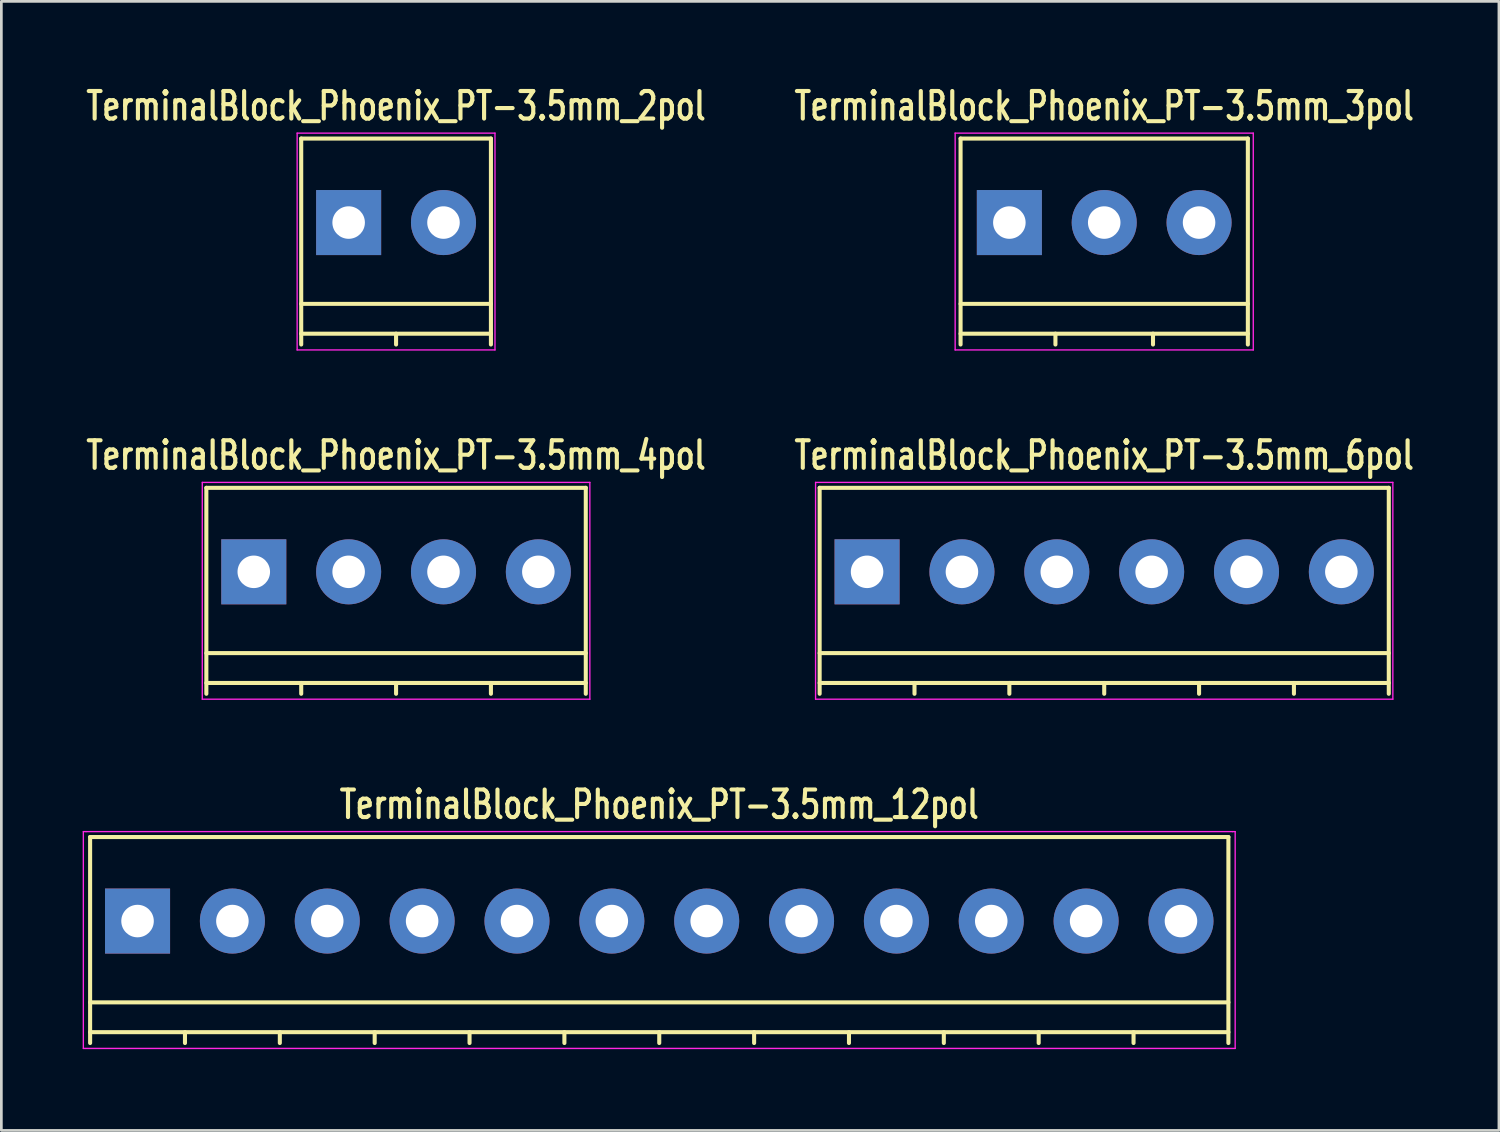
<source format=kicad_pcb>
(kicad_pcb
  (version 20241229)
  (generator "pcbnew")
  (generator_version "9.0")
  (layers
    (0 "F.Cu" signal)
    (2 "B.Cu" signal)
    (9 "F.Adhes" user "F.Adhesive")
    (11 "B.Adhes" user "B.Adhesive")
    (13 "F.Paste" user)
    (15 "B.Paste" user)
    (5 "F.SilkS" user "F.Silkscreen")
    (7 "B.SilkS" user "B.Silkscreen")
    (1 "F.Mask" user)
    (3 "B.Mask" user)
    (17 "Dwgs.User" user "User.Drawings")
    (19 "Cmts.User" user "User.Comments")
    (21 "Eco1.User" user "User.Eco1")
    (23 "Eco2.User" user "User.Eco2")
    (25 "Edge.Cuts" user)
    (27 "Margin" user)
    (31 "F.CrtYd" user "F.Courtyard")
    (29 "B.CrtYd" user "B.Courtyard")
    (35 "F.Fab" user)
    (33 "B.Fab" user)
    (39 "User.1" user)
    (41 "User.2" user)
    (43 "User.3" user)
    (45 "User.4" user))
  (footprint "TerminalBlock_Phoenix_PT-3.5mm_4pol"
    (layer "F.Cu")
    (at 6.314 18.049)
    (property "Reference" "TerminalBlock_Phoenix_PT-3.5mm_4pol" (at 5.25 -4.3 0) (layer "F.SilkS") (effects (font (size 1.016 0.762) (thickness 0.152))))
    (attr through_hole)
    (fp_line (start -1.75 -3.1) (end -1.75 4.5) (stroke (width 0.15) (type solid)) (layer "F.SilkS"))
    (fp_line (start -1.75 3) (end 12.25 3) (stroke (width 0.15) (type solid)) (layer "F.SilkS"))
    (fp_line (start -1.75 4.1) (end 12.25 4.1) (stroke (width 0.15) (type solid)) (layer "F.SilkS"))
    (fp_line (start 1.75 4.1) (end 1.75 4.5) (stroke (width 0.15) (type solid)) (layer "F.SilkS"))
    (fp_line (start 5.25 4.1) (end 5.25 4.5) (stroke (width 0.15) (type solid)) (layer "F.SilkS"))
    (fp_line (start 8.75 4.1) (end 8.75 4.5) (stroke (width 0.15) (type solid)) (layer "F.SilkS"))
    (fp_line (start 12.25 -3.1) (end -1.75 -3.1) (stroke (width 0.15) (type solid)) (layer "F.SilkS"))
    (fp_line (start 12.25 4.5) (end 12.25 -3.1) (stroke (width 0.15) (type solid)) (layer "F.SilkS"))
    (fp_line (start -1.9 -3.3) (end 12.4 -3.3) (stroke (width 0.05) (type solid)) (layer "F.CrtYd"))
    (fp_line (start -1.9 4.7) (end -1.9 -3.3) (stroke (width 0.05) (type solid)) (layer "F.CrtYd"))
    (fp_line (start 12.4 -3.3) (end 12.4 4.7) (stroke (width 0.05) (type solid)) (layer "F.CrtYd"))
    (fp_line (start 12.4 4.7) (end -1.9 4.7) (stroke (width 0.05) (type solid)) (layer "F.CrtYd"))
    (pad "1" thru_hole rect (at 0 0) (size 2.4 2.4) (drill 1.2) (layers "*.Cu" "*.Mask"))
    (pad "2" thru_hole circle (at 3.5 0) (size 2.4 2.4) (drill 1.2) (layers "*.Cu" "*.Mask"))
    (pad "3" thru_hole circle (at 7 0) (size 2.4 2.4) (drill 1.2) (layers "*.Cu" "*.Mask"))
    (pad "4" thru_hole circle (at 10.5 0) (size 2.4 2.4) (drill 1.2) (layers "*.Cu" "*.Mask")))
  (footprint "TerminalBlock_Phoenix_PT-3.5mm_6pol"
    (layer "F.Cu")
    (at 28.943 18.049)
    (property "Reference" "TerminalBlock_Phoenix_PT-3.5mm_6pol" (at 8.75 -4.3 0) (layer "F.SilkS") (effects (font (size 1.016 0.762) (thickness 0.152))))
    (attr through_hole)
    (fp_line (start -1.75 -3.1) (end -1.75 4.5) (stroke (width 0.15) (type solid)) (layer "F.SilkS"))
    (fp_line (start -1.75 3) (end 19.25 3) (stroke (width 0.15) (type solid)) (layer "F.SilkS"))
    (fp_line (start -1.75 4.1) (end 19.25 4.1) (stroke (width 0.15) (type solid)) (layer "F.SilkS"))
    (fp_line (start 1.75 4.1) (end 1.75 4.5) (stroke (width 0.15) (type solid)) (layer "F.SilkS"))
    (fp_line (start 5.25 4.1) (end 5.25 4.5) (stroke (width 0.15) (type solid)) (layer "F.SilkS"))
    (fp_line (start 8.75 4.1) (end 8.75 4.5) (stroke (width 0.15) (type solid)) (layer "F.SilkS"))
    (fp_line (start 12.25 4.1) (end 12.25 4.5) (stroke (width 0.15) (type solid)) (layer "F.SilkS"))
    (fp_line (start 15.75 4.1) (end 15.75 4.5) (stroke (width 0.15) (type solid)) (layer "F.SilkS"))
    (fp_line (start 19.25 -3.1) (end -1.75 -3.1) (stroke (width 0.15) (type solid)) (layer "F.SilkS"))
    (fp_line (start 19.25 4.5) (end 19.25 -3.1) (stroke (width 0.15) (type solid)) (layer "F.SilkS"))
    (fp_line (start -1.9 -3.3) (end 19.4 -3.3) (stroke (width 0.05) (type solid)) (layer "F.CrtYd"))
    (fp_line (start -1.9 4.7) (end -1.9 -3.3) (stroke (width 0.05) (type solid)) (layer "F.CrtYd"))
    (fp_line (start 19.4 -3.3) (end 19.4 4.7) (stroke (width 0.05) (type solid)) (layer "F.CrtYd"))
    (fp_line (start 19.4 4.7) (end -1.9 4.7) (stroke (width 0.05) (type solid)) (layer "F.CrtYd"))
    (pad "1" thru_hole rect (at 0 0) (size 2.4 2.4) (drill 1.2) (layers "*.Cu" "*.Mask"))
    (pad "2" thru_hole circle (at 3.5 0) (size 2.4 2.4) (drill 1.2) (layers "*.Cu" "*.Mask"))
    (pad "3" thru_hole circle (at 7 0) (size 2.4 2.4) (drill 1.2) (layers "*.Cu" "*.Mask"))
    (pad "4" thru_hole circle (at 10.5 0) (size 2.4 2.4) (drill 1.2) (layers "*.Cu" "*.Mask"))
    (pad "5" thru_hole circle (at 14 0) (size 2.4 2.4) (drill 1.2) (layers "*.Cu" "*.Mask"))
    (pad "6" thru_hole circle (at 17.5 0) (size 2.4 2.4) (drill 1.2) (layers "*.Cu" "*.Mask")))
  (footprint "TerminalBlock_Phoenix_PT-3.5mm_3pol"
    (layer "F.Cu")
    (at 34.193 5.162)
    (property "Reference" "TerminalBlock_Phoenix_PT-3.5mm_3pol" (at 3.5 -4.3 0) (layer "F.SilkS") (effects (font (size 1.016 0.762) (thickness 0.152))))
    (attr through_hole)
    (fp_line (start -1.8 -3.1) (end -1.8 4.5) (stroke (width 0.15) (type solid)) (layer "F.SilkS"))
    (fp_line (start -1.8 3) (end 8.8 3) (stroke (width 0.15) (type solid)) (layer "F.SilkS"))
    (fp_line (start -1.8 4.1) (end 8.8 4.1) (stroke (width 0.15) (type solid)) (layer "F.SilkS"))
    (fp_line (start 1.7 4.1) (end 1.7 4.5) (stroke (width 0.15) (type solid)) (layer "F.SilkS"))
    (fp_line (start 5.3 4.1) (end 5.3 4.5) (stroke (width 0.15) (type solid)) (layer "F.SilkS"))
    (fp_line (start 8.8 -3.1) (end -1.8 -3.1) (stroke (width 0.15) (type solid)) (layer "F.SilkS"))
    (fp_line (start 8.8 4.5) (end 8.8 -3.1) (stroke (width 0.15) (type solid)) (layer "F.SilkS"))
    (fp_line (start -2 -3.3) (end 9 -3.3) (stroke (width 0.05) (type solid)) (layer "F.CrtYd"))
    (fp_line (start -2 4.7) (end -2 -3.3) (stroke (width 0.05) (type solid)) (layer "F.CrtYd"))
    (fp_line (start 9 -3.3) (end 9 4.7) (stroke (width 0.05) (type solid)) (layer "F.CrtYd"))
    (fp_line (start 9 4.7) (end -2 4.7) (stroke (width 0.05) (type solid)) (layer "F.CrtYd"))
    (pad "1" thru_hole rect (at 0 0) (size 2.4 2.4) (drill 1.2) (layers "*.Cu" "*.Mask"))
    (pad "2" thru_hole circle (at 3.5 0) (size 2.4 2.4) (drill 1.2) (layers "*.Cu" "*.Mask"))
    (pad "3" thru_hole circle (at 7 0) (size 2.4 2.4) (drill 1.2) (layers "*.Cu" "*.Mask")))
  (footprint "TerminalBlock_Phoenix_PT-3.5mm_12pol"
    (layer "F.Cu")
    (at 2.025 30.935)
    (property "Reference" "TerminalBlock_Phoenix_PT-3.5mm_12pol" (at 19.25 -4.3 0) (layer "F.SilkS") (effects (font (size 1.016 0.762) (thickness 0.152))))
    (attr through_hole)
    (fp_line (start -1.75 -3.1) (end -1.75 4.5) (stroke (width 0.15) (type solid)) (layer "F.SilkS"))
    (fp_line (start -1.75 3) (end 40.25 3) (stroke (width 0.15) (type solid)) (layer "F.SilkS"))
    (fp_line (start -1.75 4.1) (end 40.25 4.1) (stroke (width 0.15) (type solid)) (layer "F.SilkS"))
    (fp_line (start 1.75 4.1) (end 1.75 4.5) (stroke (width 0.15) (type solid)) (layer "F.SilkS"))
    (fp_line (start 5.25 4.1) (end 5.25 4.5) (stroke (width 0.15) (type solid)) (layer "F.SilkS"))
    (fp_line (start 8.75 4.1) (end 8.75 4.5) (stroke (width 0.15) (type solid)) (layer "F.SilkS"))
    (fp_line (start 12.25 4.1) (end 12.25 4.5) (stroke (width 0.15) (type solid)) (layer "F.SilkS"))
    (fp_line (start 15.75 4.1) (end 15.75 4.5) (stroke (width 0.15) (type solid)) (layer "F.SilkS"))
    (fp_line (start 19.25 4.1) (end 19.25 4.5) (stroke (width 0.15) (type solid)) (layer "F.SilkS"))
    (fp_line (start 22.75 4.1) (end 22.75 4.5) (stroke (width 0.15) (type solid)) (layer "F.SilkS"))
    (fp_line (start 26.25 4.1) (end 26.25 4.5) (stroke (width 0.15) (type solid)) (layer "F.SilkS"))
    (fp_line (start 29.75 4.1) (end 29.75 4.5) (stroke (width 0.15) (type solid)) (layer "F.SilkS"))
    (fp_line (start 33.25 4.1) (end 33.25 4.5) (stroke (width 0.15) (type solid)) (layer "F.SilkS"))
    (fp_line (start 36.75 4.1) (end 36.75 4.5) (stroke (width 0.15) (type solid)) (layer "F.SilkS"))
    (fp_line (start 40.25 -3.1) (end -1.75 -3.1) (stroke (width 0.15) (type solid)) (layer "F.SilkS"))
    (fp_line (start 40.25 4.5) (end 40.25 -3.1) (stroke (width 0.15) (type solid)) (layer "F.SilkS"))
    (fp_line (start -2 -3.3) (end -1.9 -3.3) (stroke (width 0.05) (type solid)) (layer "F.CrtYd"))
    (fp_line (start -2 4.7) (end -2 -3.3) (stroke (width 0.05) (type solid)) (layer "F.CrtYd"))
    (fp_line (start -1.9 -3.3) (end 40.4 -3.3) (stroke (width 0.05) (type solid)) (layer "F.CrtYd"))
    (fp_line (start 40.4 -3.3) (end 40.5 -3.3) (stroke (width 0.05) (type solid)) (layer "F.CrtYd"))
    (fp_line (start 40.5 -3.3) (end 40.5 4.7) (stroke (width 0.05) (type solid)) (layer "F.CrtYd"))
    (fp_line (start 40.5 4.7) (end -2 4.7) (stroke (width 0.05) (type solid)) (layer "F.CrtYd"))
    (pad "1" thru_hole rect (at 0 0 180) (size 2.4 2.4) (drill 1.2) (layers "*.Cu" "*.Mask"))
    (pad "2" thru_hole circle (at 3.5 0 180) (size 2.4 2.4) (drill 1.2) (layers "*.Cu" "*.Mask"))
    (pad "3" thru_hole circle (at 7 0 180) (size 2.4 2.4) (drill 1.2) (layers "*.Cu" "*.Mask"))
    (pad "4" thru_hole circle (at 10.5 0 180) (size 2.4 2.4) (drill 1.2) (layers "*.Cu" "*.Mask"))
    (pad "5" thru_hole circle (at 14 0 180) (size 2.4 2.4) (drill 1.2) (layers "*.Cu" "*.Mask"))
    (pad "6" thru_hole circle (at 17.5 0 180) (size 2.4 2.4) (drill 1.2) (layers "*.Cu" "*.Mask"))
    (pad "7" thru_hole circle (at 21 0 180) (size 2.4 2.4) (drill 1.2) (layers "*.Cu" "*.Mask"))
    (pad "8" thru_hole circle (at 24.5 0 180) (size 2.4 2.4) (drill 1.2) (layers "*.Cu" "*.Mask"))
    (pad "9" thru_hole circle (at 28 0 180) (size 2.4 2.4) (drill 1.2) (layers "*.Cu" "*.Mask"))
    (pad "10" thru_hole circle (at 31.5 0 180) (size 2.4 2.4) (drill 1.2) (layers "*.Cu" "*.Mask"))
    (pad "11" thru_hole circle (at 35 0 180) (size 2.4 2.4) (drill 1.2) (layers "*.Cu" "*.Mask"))
    (pad "12" thru_hole circle (at 38.5 0 180) (size 2.4 2.4) (drill 1.2) (layers "*.Cu" "*.Mask")))
  (footprint "TerminalBlock_Phoenix_PT-3.5mm_2pol"
    (layer "F.Cu")
    (at 9.814 5.162)
    (property "Reference" "TerminalBlock_Phoenix_PT-3.5mm_2pol" (at 1.75 -4.3 0) (layer "F.SilkS") (effects (font (size 1.016 0.762) (thickness 0.152))))
    (attr through_hole)
    (fp_line (start -1.75 -3.1) (end -1.75 4.5) (stroke (width 0.15) (type solid)) (layer "F.SilkS"))
    (fp_line (start -1.75 3) (end 5.25 3) (stroke (width 0.15) (type solid)) (layer "F.SilkS"))
    (fp_line (start -1.75 4.1) (end 5.25 4.1) (stroke (width 0.15) (type solid)) (layer "F.SilkS"))
    (fp_line (start 1.75 4.1) (end 1.75 4.5) (stroke (width 0.15) (type solid)) (layer "F.SilkS"))
    (fp_line (start 5.25 -3.1) (end -1.75 -3.1) (stroke (width 0.15) (type solid)) (layer "F.SilkS"))
    (fp_line (start 5.25 4.5) (end 5.25 -3.1) (stroke (width 0.15) (type solid)) (layer "F.SilkS"))
    (fp_line (start -1.9 -3.3) (end 5.4 -3.3) (stroke (width 0.05) (type solid)) (layer "F.CrtYd"))
    (fp_line (start -1.9 4.7) (end -1.9 -3.3) (stroke (width 0.05) (type solid)) (layer "F.CrtYd"))
    (fp_line (start 5.4 -3.3) (end 5.4 4.7) (stroke (width 0.05) (type solid)) (layer "F.CrtYd"))
    (fp_line (start 5.4 4.7) (end -1.9 4.7) (stroke (width 0.05) (type solid)) (layer "F.CrtYd"))
    (pad "1" thru_hole rect (at 0 0) (size 2.4 2.4) (drill 1.2) (layers "*.Cu" "*.Mask"))
    (pad "2" thru_hole circle (at 3.5 0) (size 2.4 2.4) (drill 1.2) (layers "*.Cu" "*.Mask")))
  (gr_rect
    (start -3 -3)
    (end 52.257 38.66)
    (stroke (width 0.1) (type default))
    (fill no)
    (layer "Edge.Cuts")))
</source>
